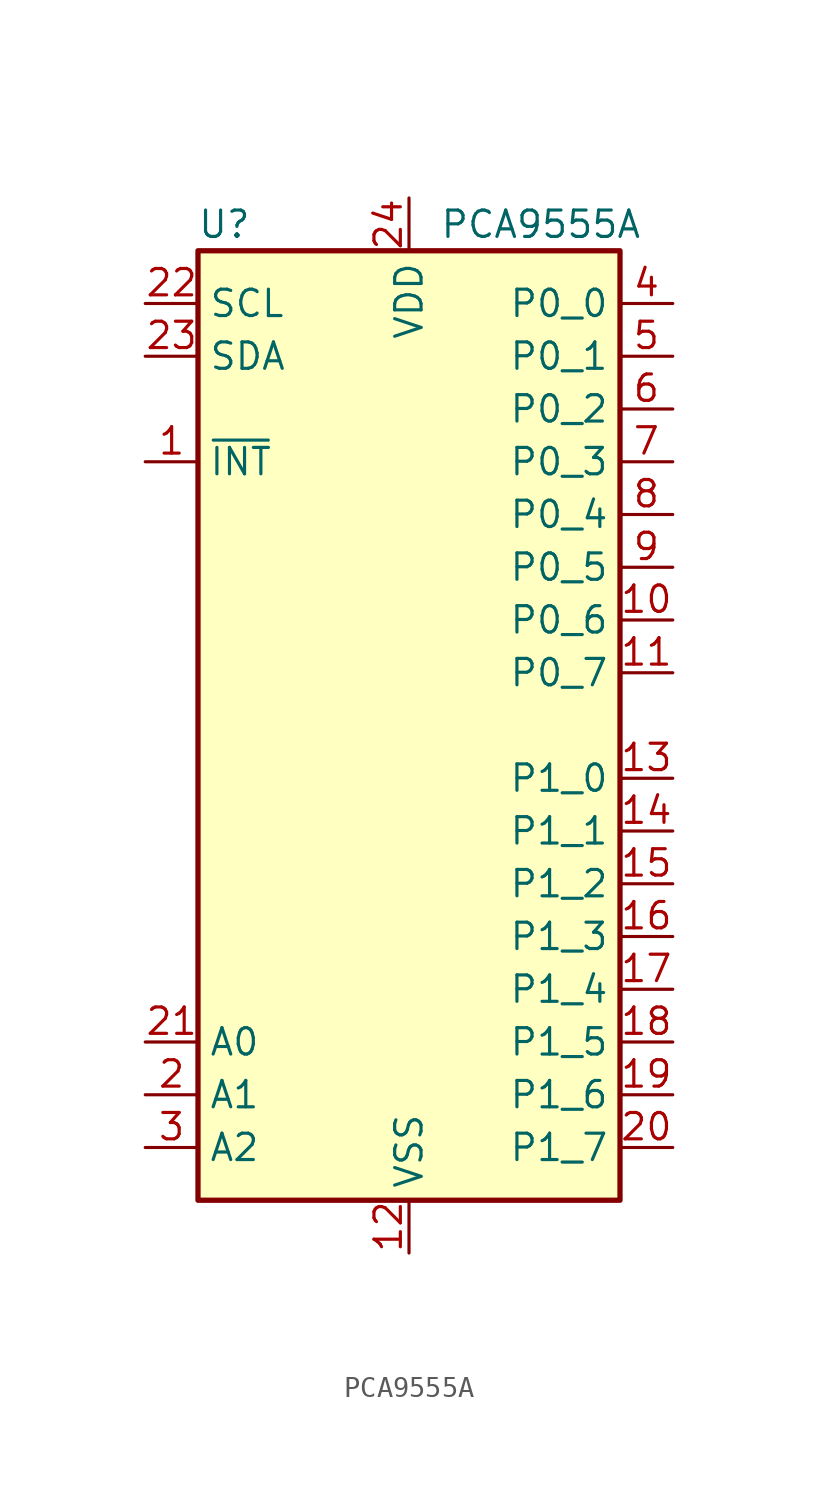
<source format=kicad_sym>
(kicad_symbol_lib
  (version 20241209)
  (generator "kicad_symbol_editor")
  (generator_version "9.0")
  (symbol "PCA9555A"
    (property "Reference" "U"
      (at -8.89 24.13 0)
      (effects (font (size 1.27 1.27))))
    (property "Value" "PCA9555A"
      (at 6.35 24.13 0)
      (effects (font (size 1.27 1.27))))
    (symbol "PCA9555A_0_1"
      (rectangle (start -10.16 22.86) (end 10.16 -22.86) (stroke (width 0.254) (type default)) (fill (type background))))
    (symbol "PCA9555A_1_1"
      (pin input line (at -12.7 20.32 0) (length 2.54) (name "SCL" (effects (font (size 1.27 1.27)))) (number "22" (effects (font (size 1.27 1.27)))))
      (pin bidirectional line (at -12.7 17.78 0) (length 2.54) (name "SDA" (effects (font (size 1.27 1.27)))) (number "23" (effects (font (size 1.27 1.27)))))
      (pin open_collector line (at -12.7 12.7 0) (length 2.54) (name "~{INT}" (effects (font (size 1.27 1.27)))) (number "1" (effects (font (size 1.27 1.27)))))
      (pin input line (at -12.7 -15.24 0) (length 2.54) (name "A0" (effects (font (size 1.27 1.27)))) (number "21" (effects (font (size 1.27 1.27)))))
      (pin input line (at -12.7 -17.78 0) (length 2.54) (name "A1" (effects (font (size 1.27 1.27)))) (number "2" (effects (font (size 1.27 1.27)))))
      (pin input line (at -12.7 -20.32 0) (length 2.54) (name "A2" (effects (font (size 1.27 1.27)))) (number "3" (effects (font (size 1.27 1.27)))))
      (pin power_in line (at 0 25.4 270) (length 2.54) (name "VDD" (effects (font (size 1.27 1.27)))) (number "24" (effects (font (size 1.27 1.27)))))
      (pin power_in line (at 0 -25.4 90) (length 2.54) (name "VSS" (effects (font (size 1.27 1.27)))) (number "12" (effects (font (size 1.27 1.27)))))
      (pin bidirectional line (at 12.7 20.32 180) (length 2.54) (name "P0_0" (effects (font (size 1.27 1.27)))) (number "4" (effects (font (size 1.27 1.27)))))
      (pin bidirectional line (at 12.7 17.78 180) (length 2.54) (name "P0_1" (effects (font (size 1.27 1.27)))) (number "5" (effects (font (size 1.27 1.27)))))
      (pin bidirectional line (at 12.7 15.24 180) (length 2.54) (name "P0_2" (effects (font (size 1.27 1.27)))) (number "6" (effects (font (size 1.27 1.27)))))
      (pin bidirectional line (at 12.7 12.7 180) (length 2.54) (name "P0_3" (effects (font (size 1.27 1.27)))) (number "7" (effects (font (size 1.27 1.27)))))
      (pin bidirectional line (at 12.7 10.16 180) (length 2.54) (name "P0_4" (effects (font (size 1.27 1.27)))) (number "8" (effects (font (size 1.27 1.27)))))
      (pin bidirectional line (at 12.7 7.62 180) (length 2.54) (name "P0_5" (effects (font (size 1.27 1.27)))) (number "9" (effects (font (size 1.27 1.27)))))
      (pin bidirectional line (at 12.7 5.08 180) (length 2.54) (name "P0_6" (effects (font (size 1.27 1.27)))) (number "10" (effects (font (size 1.27 1.27)))))
      (pin bidirectional line (at 12.7 2.54 180) (length 2.54) (name "P0_7" (effects (font (size 1.27 1.27)))) (number "11" (effects (font (size 1.27 1.27)))))
      (pin bidirectional line (at 12.7 -2.54 180) (length 2.54) (name "P1_0" (effects (font (size 1.27 1.27)))) (number "13" (effects (font (size 1.27 1.27)))))
      (pin bidirectional line (at 12.7 -5.08 180) (length 2.54) (name "P1_1" (effects (font (size 1.27 1.27)))) (number "14" (effects (font (size 1.27 1.27)))))
      (pin bidirectional line (at 12.7 -7.62 180) (length 2.54) (name "P1_2" (effects (font (size 1.27 1.27)))) (number "15" (effects (font (size 1.27 1.27)))))
      (pin bidirectional line (at 12.7 -10.16 180) (length 2.54) (name "P1_3" (effects (font (size 1.27 1.27)))) (number "16" (effects (font (size 1.27 1.27)))))
      (pin bidirectional line (at 12.7 -12.7 180) (length 2.54) (name "P1_4" (effects (font (size 1.27 1.27)))) (number "17" (effects (font (size 1.27 1.27)))))
      (pin bidirectional line (at 12.7 -15.24 180) (length 2.54) (name "P1_5" (effects (font (size 1.27 1.27)))) (number "18" (effects (font (size 1.27 1.27)))))
      (pin bidirectional line (at 12.7 -17.78 180) (length 2.54) (name "P1_6" (effects (font (size 1.27 1.27)))) (number "19" (effects (font (size 1.27 1.27)))))
      (pin bidirectional line (at 12.7 -20.32 180) (length 2.54) (name "P1_7" (effects (font (size 1.27 1.27)))) (number "20" (effects (font (size 1.27 1.27))))))))
</source>
